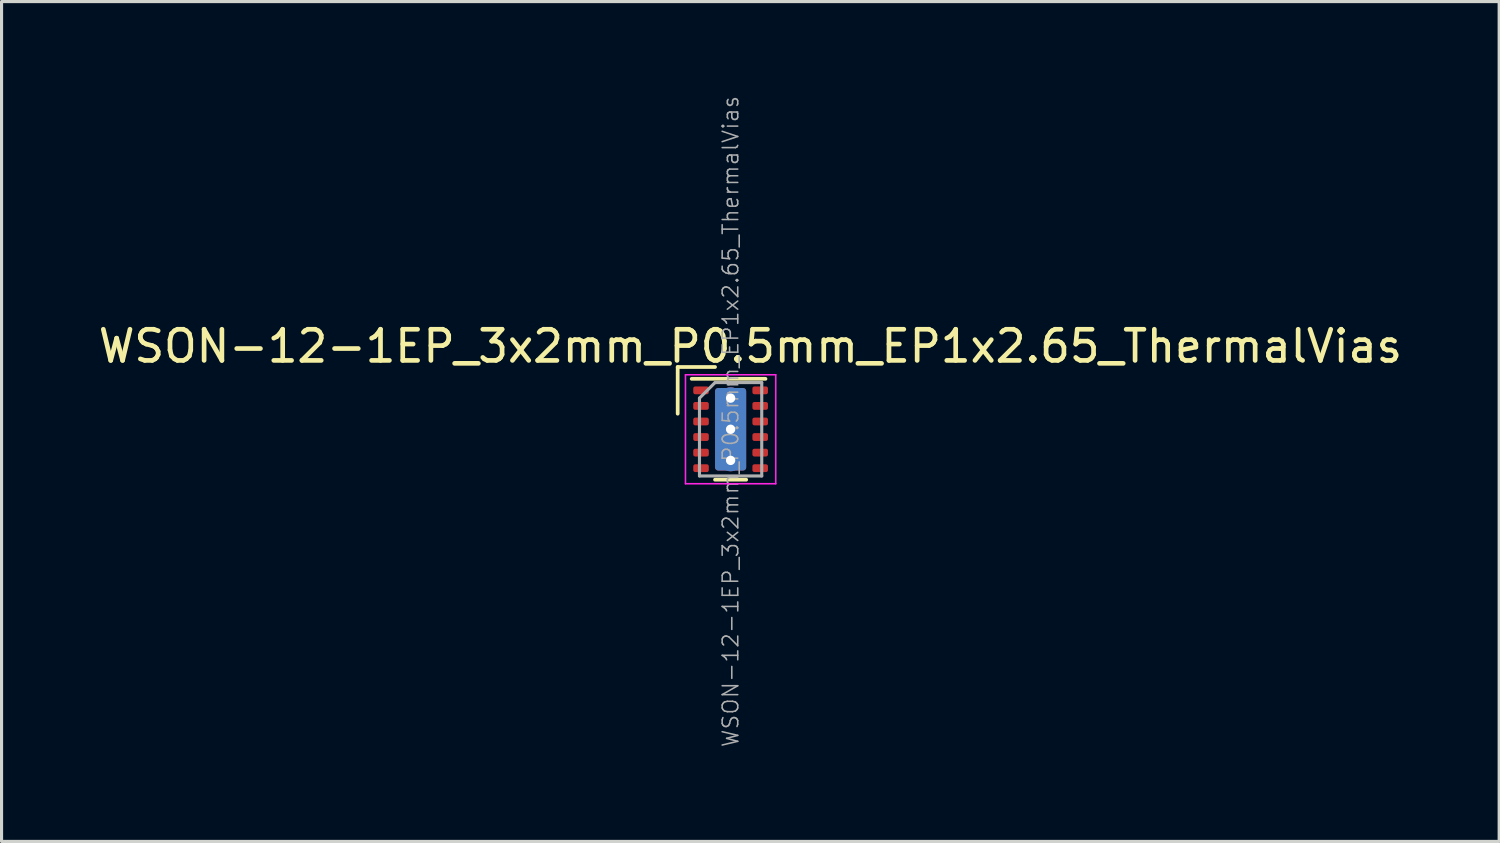
<source format=kicad_pcb>
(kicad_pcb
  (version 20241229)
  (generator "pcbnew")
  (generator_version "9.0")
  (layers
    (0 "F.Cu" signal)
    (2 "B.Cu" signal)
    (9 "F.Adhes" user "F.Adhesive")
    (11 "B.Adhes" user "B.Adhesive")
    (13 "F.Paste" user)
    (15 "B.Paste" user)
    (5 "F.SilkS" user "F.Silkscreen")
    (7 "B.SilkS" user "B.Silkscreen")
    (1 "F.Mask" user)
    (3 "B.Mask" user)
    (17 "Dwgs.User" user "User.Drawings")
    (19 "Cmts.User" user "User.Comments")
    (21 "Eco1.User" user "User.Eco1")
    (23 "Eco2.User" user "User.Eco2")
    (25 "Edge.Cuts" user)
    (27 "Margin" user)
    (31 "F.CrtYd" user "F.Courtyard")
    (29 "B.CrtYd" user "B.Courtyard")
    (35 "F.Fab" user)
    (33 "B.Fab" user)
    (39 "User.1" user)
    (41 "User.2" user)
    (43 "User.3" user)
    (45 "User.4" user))
  (footprint "WSON-12-1EP_3x2mm_P0.5mm_EP1x2.65_ThermalVias"
    (layer "F.Cu")
    (at 20.419 10.739)
    (property "Reference" "WSON-12-1EP_3x2mm_P0.5mm_EP1x2.65_ThermalVias" (at 0.635 -2.667 0) (layer "F.SilkS") (effects (font (size 1 1) (thickness 0.15))))
    (attr smd)
    (fp_line (start -1.7 -2) (end -0.5 -2) (stroke (width 0.12) (type solid)) (layer "F.SilkS"))
    (fp_line (start -1.7 -0.5) (end -1.7 -2) (stroke (width 0.12) (type solid)) (layer "F.SilkS"))
    (fp_line (start -1.25 -1.62) (end 1.12 -1.62) (stroke (width 0.12) (type solid)) (layer "F.SilkS"))
    (fp_line (start 0.5 1.62) (end -0.5 1.62) (stroke (width 0.12) (type solid)) (layer "F.SilkS"))
    (fp_line (start -1.45 -1.75) (end 1.45 -1.75) (stroke (width 0.05) (type solid)) (layer "F.CrtYd"))
    (fp_line (start -1.45 1.75) (end -1.45 -1.75) (stroke (width 0.05) (type solid)) (layer "F.CrtYd"))
    (fp_line (start 1.45 -1.75) (end 1.45 1.75) (stroke (width 0.05) (type solid)) (layer "F.CrtYd"))
    (fp_line (start 1.45 1.75) (end -1.45 1.75) (stroke (width 0.05) (type solid)) (layer "F.CrtYd"))
    (fp_line (start -1 -1) (end -0.5 -1.5) (stroke (width 0.1) (type solid)) (layer "F.Fab"))
    (fp_line (start -1 1.5) (end -1 -1) (stroke (width 0.1) (type solid)) (layer "F.Fab"))
    (fp_line (start -0.5 -1.5) (end 1 -1.5) (stroke (width 0.1) (type solid)) (layer "F.Fab"))
    (fp_line (start 1 -1.5) (end 1 1.5) (stroke (width 0.1) (type solid)) (layer "F.Fab"))
    (fp_line (start 1 1.5) (end -1 1.5) (stroke (width 0.1) (type solid)) (layer "F.Fab"))
    (fp_text user "${REFERENCE}" (at 0 -0.25 90) (layer "F.Fab") (effects (font (size 0.5 0.5) (thickness 0.05))))
    (pad "" smd rect (at 0 -0.5) (size 0.95 0.8) (layers "F.Paste"))
    (pad "" smd rect (at 0 0.5) (size 0.95 0.8) (layers "F.Paste"))
    (pad "1" smd roundrect (at -0.95 -1.25) (size 0.5 0.25) (layers "F.Cu" "F.Mask" "F.Paste") (roundrect_rratio 0.25))
    (pad "2" smd roundrect (at -0.95 -0.75) (size 0.5 0.25) (layers "F.Cu" "F.Mask" "F.Paste") (roundrect_rratio 0.25))
    (pad "3" smd roundrect (at -0.95 -0.25) (size 0.5 0.25) (layers "F.Cu" "F.Mask" "F.Paste") (roundrect_rratio 0.25))
    (pad "4" smd roundrect (at -0.95 0.25) (size 0.5 0.25) (layers "F.Cu" "F.Mask" "F.Paste") (roundrect_rratio 0.25))
    (pad "5" smd roundrect (at -0.95 0.75) (size 0.5 0.25) (layers "F.Cu" "F.Mask" "F.Paste") (roundrect_rratio 0.25))
    (pad "6" smd roundrect (at -0.95 1.25) (size 0.5 0.25) (layers "F.Cu" "F.Mask" "F.Paste") (roundrect_rratio 0.25))
    (pad "7" smd roundrect (at 0.95 1.25) (size 0.5 0.25) (layers "F.Cu" "F.Mask" "F.Paste") (roundrect_rratio 0.25))
    (pad "8" smd roundrect (at 0.95 0.75) (size 0.5 0.25) (layers "F.Cu" "F.Mask" "F.Paste") (roundrect_rratio 0.25))
    (pad "9" smd roundrect (at 0.95 0.25) (size 0.5 0.25) (layers "F.Cu" "F.Mask" "F.Paste") (roundrect_rratio 0.25))
    (pad "10" smd roundrect (at 0.95 -0.25) (size 0.5 0.25) (layers "F.Cu" "F.Mask" "F.Paste") (roundrect_rratio 0.25))
    (pad "11" smd roundrect (at 0.95 -0.75) (size 0.5 0.25) (layers "F.Cu" "F.Mask" "F.Paste") (roundrect_rratio 0.25))
    (pad "12" smd roundrect (at 0.95 -1.25) (size 0.5 0.25) (layers "F.Cu" "F.Mask" "F.Paste") (roundrect_rratio 0.25))
    (pad "13" thru_hole circle (at 0 -1 90) (size 0.7 0.7) (drill 0.3) (layers "*.Cu"))
    (pad "13" thru_hole circle (at 0 0) (size 0.7 0.7) (drill 0.3) (layers "*.Cu"))
    (pad "13" smd roundrect (at 0 0) (size 1 2.65) (layers "F.Cu" "F.Mask") (roundrect_rratio 0.1))
    (pad "13" smd roundrect (at 0 0) (size 1 2.65) (layers "B.Cu") (roundrect_rratio 0.1))
    (pad "13" thru_hole circle (at 0 1) (size 0.7 0.7) (drill 0.3) (layers "*.Cu")))
  (gr_rect
    (start -3 -3)
    (end 45.107 23.979)
    (stroke (width 0.1) (type default))
    (fill no)
    (layer "Edge.Cuts")))
</source>
